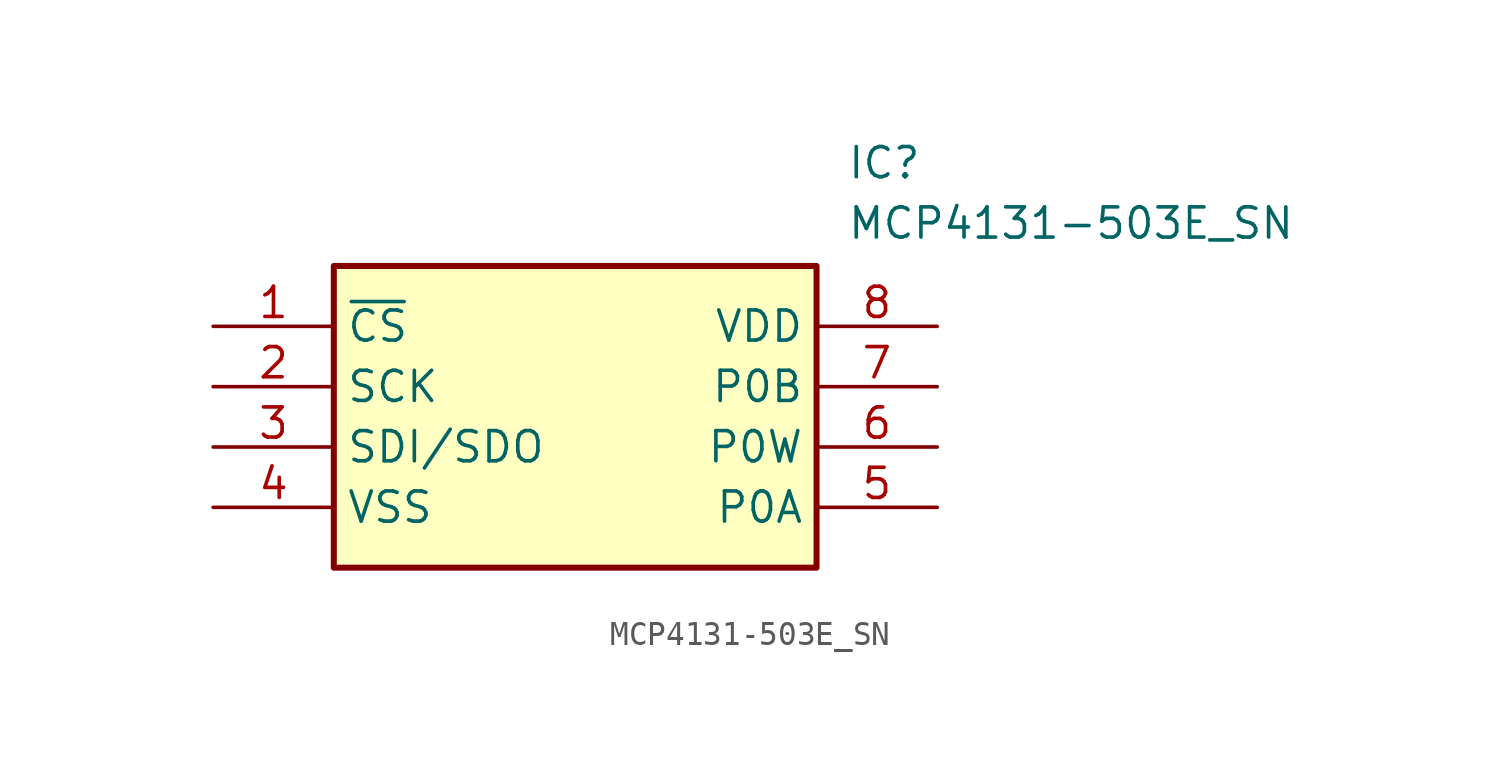
<source format=kicad_sym>
(kicad_symbol_lib
  (version 20211014)
  (generator SamacSys_ECAD_Model)
  (symbol "MCP4131-503E_SN"
    (property "Reference" "IC"
      (at 26.67 7.62 0)
      (effects (font (size 1.27 1.27)) (justify left top)))
    (property "Value" "MCP4131-503E_SN"
      (at 26.67 5.08 0)
      (effects (font (size 1.27 1.27)) (justify left top)))
    (rectangle
      (start 5.08 2.54)
      (end 25.4 -10.16)
      (stroke (width 0.254) (type default))
      (fill (type background)))
    (pin passive line
      (at 0 0 0)
      (length 5.08)
      (name "~{CS}" (effects (font (size 1.27 1.27))))
      (number "1" (effects (font (size 1.27 1.27)))))
    (pin passive line
      (at 0 -2.54 0)
      (length 5.08)
      (name "SCK" (effects (font (size 1.27 1.27))))
      (number "2" (effects (font (size 1.27 1.27)))))
    (pin passive line
      (at 0 -5.08 0)
      (length 5.08)
      (name "SDI/SDO" (effects (font (size 1.27 1.27))))
      (number "3" (effects (font (size 1.27 1.27)))))
    (pin passive line
      (at 0 -7.62 0)
      (length 5.08)
      (name "VSS" (effects (font (size 1.27 1.27))))
      (number "4" (effects (font (size 1.27 1.27)))))
    (pin passive line
      (at 30.48 0 180)
      (length 5.08)
      (name "VDD" (effects (font (size 1.27 1.27))))
      (number "8" (effects (font (size 1.27 1.27)))))
    (pin passive line
      (at 30.48 -2.54 180)
      (length 5.08)
      (name "P0B" (effects (font (size 1.27 1.27))))
      (number "7" (effects (font (size 1.27 1.27)))))
    (pin passive line
      (at 30.48 -5.08 180)
      (length 5.08)
      (name "P0W" (effects (font (size 1.27 1.27))))
      (number "6" (effects (font (size 1.27 1.27)))))
    (pin passive line
      (at 30.48 -7.62 180)
      (length 5.08)
      (name "P0A" (effects (font (size 1.27 1.27))))
      (number "5" (effects (font (size 1.27 1.27)))))))
</source>
